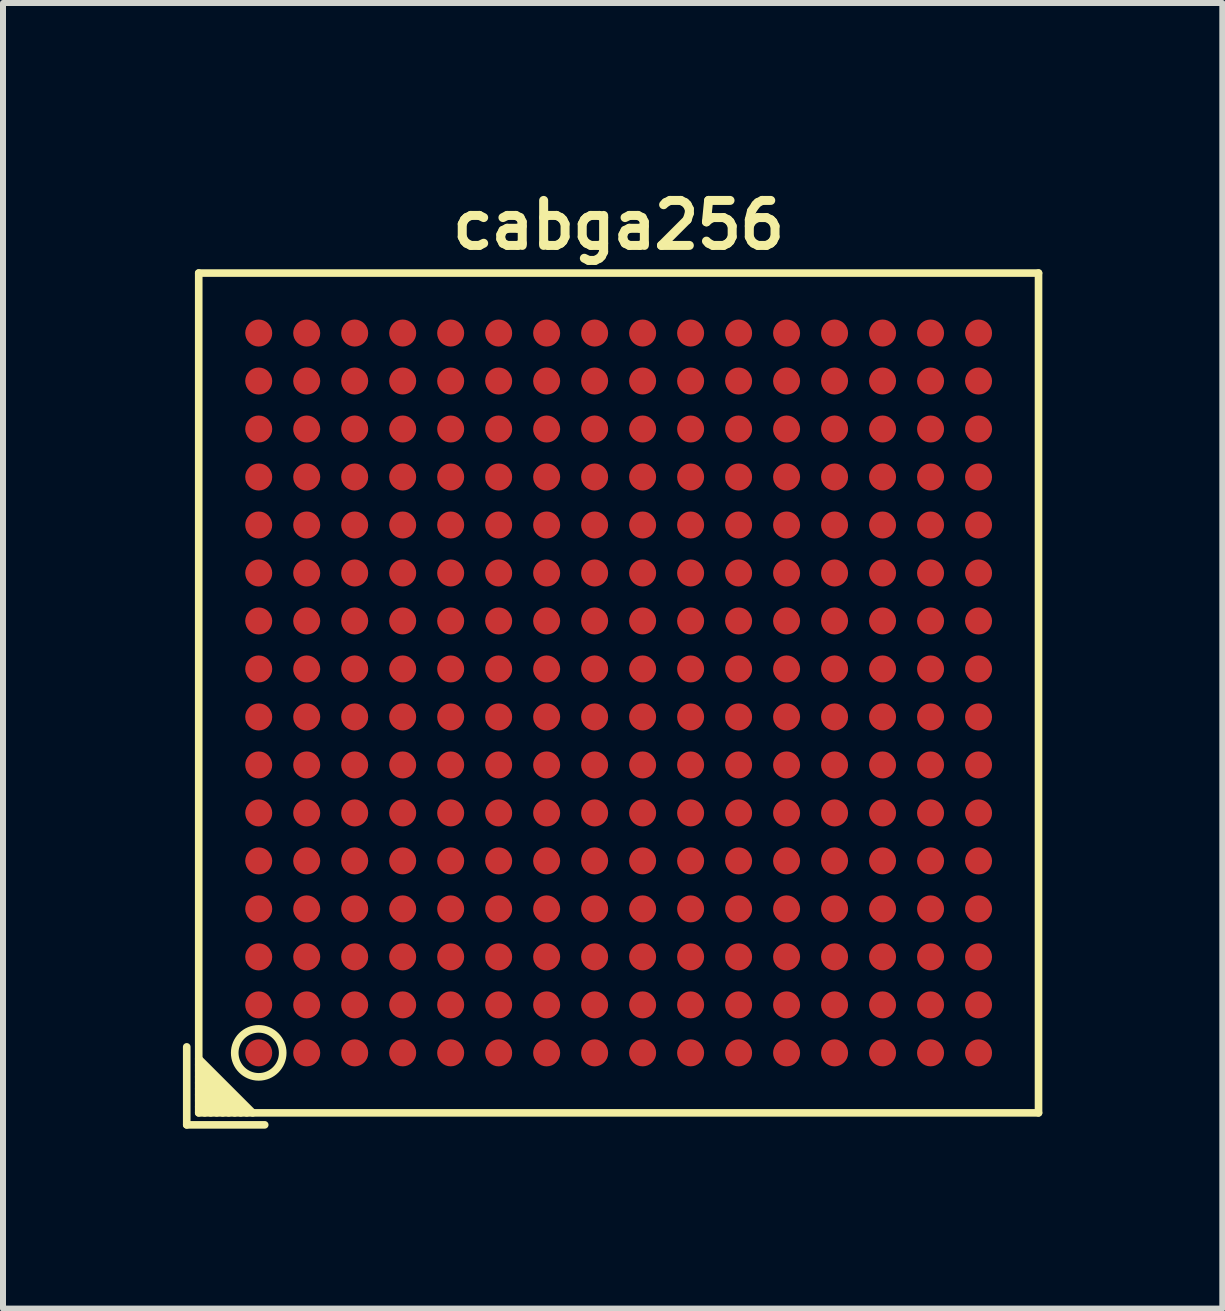
<source format=kicad_pcb>
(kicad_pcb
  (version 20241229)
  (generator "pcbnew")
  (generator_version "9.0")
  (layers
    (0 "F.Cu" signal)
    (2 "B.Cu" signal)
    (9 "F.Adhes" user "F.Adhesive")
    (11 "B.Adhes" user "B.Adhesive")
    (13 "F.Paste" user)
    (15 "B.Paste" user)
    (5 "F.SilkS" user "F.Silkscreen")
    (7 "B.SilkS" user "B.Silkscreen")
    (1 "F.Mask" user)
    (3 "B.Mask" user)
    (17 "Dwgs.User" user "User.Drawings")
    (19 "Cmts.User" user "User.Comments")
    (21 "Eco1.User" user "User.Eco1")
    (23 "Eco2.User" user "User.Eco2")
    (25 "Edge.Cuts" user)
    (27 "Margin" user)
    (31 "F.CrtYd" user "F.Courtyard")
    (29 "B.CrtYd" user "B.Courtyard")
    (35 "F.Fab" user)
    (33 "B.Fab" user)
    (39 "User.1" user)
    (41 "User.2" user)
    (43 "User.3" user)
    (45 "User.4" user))
  (footprint "cabga256"
    (layer "F.Cu")
    (at 7.263 8.502)
    (property "Reference" "cabga256" (at 0 -7.8 0) (layer "F.SilkS") (effects (font (size 0.75 0.75) (thickness 0.15))))
    (attr through_hole)
    (fp_line (start -7.2 5.9) (end -7.2 7.2) (stroke (width 0.127) (type solid)) (layer "F.SilkS"))
    (fp_line (start -7.2 7.2) (end -5.9 7.2) (stroke (width 0.127) (type solid)) (layer "F.SilkS"))
    (fp_line (start -7 -7) (end -7 7) (stroke (width 0.127) (type solid)) (layer "F.SilkS"))
    (fp_line (start -7 -7) (end 7 -7) (stroke (width 0.127) (type solid)) (layer "F.SilkS"))
    (fp_line (start -7 6.2) (end -6.2 7) (stroke (width 0.127) (type solid)) (layer "F.SilkS"))
    (fp_line (start -7 6.4) (end -6.4 7) (stroke (width 0.127) (type solid)) (layer "F.SilkS"))
    (fp_line (start -7 6.6) (end -6.6 7) (stroke (width 0.127) (type solid)) (layer "F.SilkS"))
    (fp_line (start -7 6.8) (end -6.8 7) (stroke (width 0.127) (type solid)) (layer "F.SilkS"))
    (fp_line (start -7 6.9) (end -6.9 7) (stroke (width 0.127) (type solid)) (layer "F.SilkS"))
    (fp_line (start -7 7) (end 7 7) (stroke (width 0.127) (type solid)) (layer "F.SilkS"))
    (fp_line (start -6.7 7) (end -7 6.7) (stroke (width 0.127) (type solid)) (layer "F.SilkS"))
    (fp_line (start -6.5 7) (end -7 6.5) (stroke (width 0.127) (type solid)) (layer "F.SilkS"))
    (fp_line (start -6.3 7) (end -7 6.3) (stroke (width 0.127) (type solid)) (layer "F.SilkS"))
    (fp_line (start -6.1 7) (end -7 6.1) (stroke (width 0.127) (type solid)) (layer "F.SilkS"))
    (fp_line (start 7 -7) (end 7 7) (stroke (width 0.127) (type solid)) (layer "F.SilkS"))
    (fp_circle (center -6 6) (end -5.6 6) (stroke (width 0.127) (type solid)) (fill no) (layer "F.SilkS"))
    (pad "A1" smd circle (at -6 6) (size 0.45 0.45) (layers "F.Cu" "F.Mask" "F.Paste"))
    (pad "A2" smd circle (at -6 5.2) (size 0.45 0.45) (layers "F.Cu" "F.Mask" "F.Paste"))
    (pad "A3" smd circle (at -6 4.4) (size 0.45 0.45) (layers "F.Cu" "F.Mask" "F.Paste"))
    (pad "A4" smd circle (at -6 3.6) (size 0.45 0.45) (layers "F.Cu" "F.Mask" "F.Paste"))
    (pad "A5" smd circle (at -6 2.8) (size 0.45 0.45) (layers "F.Cu" "F.Mask" "F.Paste"))
    (pad "A6" smd circle (at -6 2) (size 0.45 0.45) (layers "F.Cu" "F.Mask" "F.Paste"))
    (pad "A7" smd circle (at -6 1.2) (size 0.45 0.45) (layers "F.Cu" "F.Mask" "F.Paste"))
    (pad "A8" smd circle (at -6 0.4) (size 0.45 0.45) (layers "F.Cu" "F.Mask" "F.Paste"))
    (pad "A9" smd circle (at -6 -0.4) (size 0.45 0.45) (layers "F.Cu" "F.Mask" "F.Paste"))
    (pad "A10" smd circle (at -6 -1.2) (size 0.45 0.45) (layers "F.Cu" "F.Mask" "F.Paste"))
    (pad "A11" smd circle (at -6 -2) (size 0.45 0.45) (layers "F.Cu" "F.Mask" "F.Paste"))
    (pad "A12" smd circle (at -6 -2.8) (size 0.45 0.45) (layers "F.Cu" "F.Mask" "F.Paste"))
    (pad "A13" smd circle (at -6 -3.6) (size 0.45 0.45) (layers "F.Cu" "F.Mask" "F.Paste"))
    (pad "A14" smd circle (at -6 -4.4) (size 0.45 0.45) (layers "F.Cu" "F.Mask" "F.Paste"))
    (pad "A15" smd circle (at -6 -5.2) (size 0.45 0.45) (layers "F.Cu" "F.Mask" "F.Paste"))
    (pad "A16" smd circle (at -6 -6) (size 0.45 0.45) (layers "F.Cu" "F.Mask" "F.Paste"))
    (pad "B1" smd circle (at -5.2 6) (size 0.45 0.45) (layers "F.Cu" "F.Mask" "F.Paste"))
    (pad "B2" smd circle (at -5.2 5.2) (size 0.45 0.45) (layers "F.Cu" "F.Mask" "F.Paste"))
    (pad "B3" smd circle (at -5.2 4.4) (size 0.45 0.45) (layers "F.Cu" "F.Mask" "F.Paste"))
    (pad "B4" smd circle (at -5.2 3.6) (size 0.45 0.45) (layers "F.Cu" "F.Mask" "F.Paste"))
    (pad "B5" smd circle (at -5.2 2.8) (size 0.45 0.45) (layers "F.Cu" "F.Mask" "F.Paste"))
    (pad "B6" smd circle (at -5.2 2) (size 0.45 0.45) (layers "F.Cu" "F.Mask" "F.Paste"))
    (pad "B7" smd circle (at -5.2 1.2) (size 0.45 0.45) (layers "F.Cu" "F.Mask" "F.Paste"))
    (pad "B8" smd circle (at -5.2 0.4) (size 0.45 0.45) (layers "F.Cu" "F.Mask" "F.Paste"))
    (pad "B9" smd circle (at -5.2 -0.4) (size 0.45 0.45) (layers "F.Cu" "F.Mask" "F.Paste"))
    (pad "B10" smd circle (at -5.2 -1.2) (size 0.45 0.45) (layers "F.Cu" "F.Mask" "F.Paste"))
    (pad "B11" smd circle (at -5.2 -2) (size 0.45 0.45) (layers "F.Cu" "F.Mask" "F.Paste"))
    (pad "B12" smd circle (at -5.2 -2.8) (size 0.45 0.45) (layers "F.Cu" "F.Mask" "F.Paste"))
    (pad "B13" smd circle (at -5.2 -3.6) (size 0.45 0.45) (layers "F.Cu" "F.Mask" "F.Paste"))
    (pad "B14" smd circle (at -5.2 -4.4) (size 0.45 0.45) (layers "F.Cu" "F.Mask" "F.Paste"))
    (pad "B15" smd circle (at -5.2 -5.2) (size 0.45 0.45) (layers "F.Cu" "F.Mask" "F.Paste"))
    (pad "B16" smd circle (at -5.2 -6) (size 0.45 0.45) (layers "F.Cu" "F.Mask" "F.Paste"))
    (pad "C1" smd circle (at -4.4 6) (size 0.45 0.45) (layers "F.Cu" "F.Mask" "F.Paste"))
    (pad "C2" smd circle (at -4.4 5.2) (size 0.45 0.45) (layers "F.Cu" "F.Mask" "F.Paste"))
    (pad "C3" smd circle (at -4.4 4.4) (size 0.45 0.45) (layers "F.Cu" "F.Mask" "F.Paste"))
    (pad "C4" smd circle (at -4.4 3.6) (size 0.45 0.45) (layers "F.Cu" "F.Mask" "F.Paste"))
    (pad "C5" smd circle (at -4.4 2.8) (size 0.45 0.45) (layers "F.Cu" "F.Mask" "F.Paste"))
    (pad "C6" smd circle (at -4.4 2) (size 0.45 0.45) (layers "F.Cu" "F.Mask" "F.Paste"))
    (pad "C7" smd circle (at -4.4 1.2) (size 0.45 0.45) (layers "F.Cu" "F.Mask" "F.Paste"))
    (pad "C8" smd circle (at -4.4 0.4) (size 0.45 0.45) (layers "F.Cu" "F.Mask" "F.Paste"))
    (pad "C9" smd circle (at -4.4 -0.4) (size 0.45 0.45) (layers "F.Cu" "F.Mask" "F.Paste"))
    (pad "C10" smd circle (at -4.4 -1.2) (size 0.45 0.45) (layers "F.Cu" "F.Mask" "F.Paste"))
    (pad "C11" smd circle (at -4.4 -2) (size 0.45 0.45) (layers "F.Cu" "F.Mask" "F.Paste"))
    (pad "C12" smd circle (at -4.4 -2.8) (size 0.45 0.45) (layers "F.Cu" "F.Mask" "F.Paste"))
    (pad "C13" smd circle (at -4.4 -3.6) (size 0.45 0.45) (layers "F.Cu" "F.Mask" "F.Paste"))
    (pad "C14" smd circle (at -4.4 -4.4) (size 0.45 0.45) (layers "F.Cu" "F.Mask" "F.Paste"))
    (pad "C15" smd circle (at -4.4 -5.2) (size 0.45 0.45) (layers "F.Cu" "F.Mask" "F.Paste"))
    (pad "C16" smd circle (at -4.4 -6) (size 0.45 0.45) (layers "F.Cu" "F.Mask" "F.Paste"))
    (pad "D1" smd circle (at -3.6 6) (size 0.45 0.45) (layers "F.Cu" "F.Mask" "F.Paste"))
    (pad "D2" smd circle (at -3.6 5.2) (size 0.45 0.45) (layers "F.Cu" "F.Mask" "F.Paste"))
    (pad "D3" smd circle (at -3.6 4.4) (size 0.45 0.45) (layers "F.Cu" "F.Mask" "F.Paste"))
    (pad "D4" smd circle (at -3.6 3.6) (size 0.45 0.45) (layers "F.Cu" "F.Mask" "F.Paste"))
    (pad "D5" smd circle (at -3.6 2.8) (size 0.45 0.45) (layers "F.Cu" "F.Mask" "F.Paste"))
    (pad "D6" smd circle (at -3.6 2) (size 0.45 0.45) (layers "F.Cu" "F.Mask" "F.Paste"))
    (pad "D7" smd circle (at -3.6 1.2) (size 0.45 0.45) (layers "F.Cu" "F.Mask" "F.Paste"))
    (pad "D8" smd circle (at -3.6 0.4) (size 0.45 0.45) (layers "F.Cu" "F.Mask" "F.Paste"))
    (pad "D9" smd circle (at -3.6 -0.4) (size 0.45 0.45) (layers "F.Cu" "F.Mask" "F.Paste"))
    (pad "D10" smd circle (at -3.6 -1.2) (size 0.45 0.45) (layers "F.Cu" "F.Mask" "F.Paste"))
    (pad "D11" smd circle (at -3.6 -2) (size 0.45 0.45) (layers "F.Cu" "F.Mask" "F.Paste"))
    (pad "D12" smd circle (at -3.6 -2.8) (size 0.45 0.45) (layers "F.Cu" "F.Mask" "F.Paste"))
    (pad "D13" smd circle (at -3.6 -3.6) (size 0.45 0.45) (layers "F.Cu" "F.Mask" "F.Paste"))
    (pad "D14" smd circle (at -3.6 -4.4) (size 0.45 0.45) (layers "F.Cu" "F.Mask" "F.Paste"))
    (pad "D15" smd circle (at -3.6 -5.2) (size 0.45 0.45) (layers "F.Cu" "F.Mask" "F.Paste"))
    (pad "D16" smd circle (at -3.6 -6) (size 0.45 0.45) (layers "F.Cu" "F.Mask" "F.Paste"))
    (pad "E1" smd circle (at -2.8 6) (size 0.45 0.45) (layers "F.Cu" "F.Mask" "F.Paste"))
    (pad "E2" smd circle (at -2.8 5.2) (size 0.45 0.45) (layers "F.Cu" "F.Mask" "F.Paste"))
    (pad "E3" smd circle (at -2.8 4.4) (size 0.45 0.45) (layers "F.Cu" "F.Mask" "F.Paste"))
    (pad "E4" smd circle (at -2.8 3.6) (size 0.45 0.45) (layers "F.Cu" "F.Mask" "F.Paste"))
    (pad "E5" smd circle (at -2.8 2.8) (size 0.45 0.45) (layers "F.Cu" "F.Mask" "F.Paste"))
    (pad "E6" smd circle (at -2.8 2) (size 0.45 0.45) (layers "F.Cu" "F.Mask" "F.Paste"))
    (pad "E7" smd circle (at -2.8 1.2) (size 0.45 0.45) (layers "F.Cu" "F.Mask" "F.Paste"))
    (pad "E8" smd circle (at -2.8 0.4) (size 0.45 0.45) (layers "F.Cu" "F.Mask" "F.Paste"))
    (pad "E9" smd circle (at -2.8 -0.4) (size 0.45 0.45) (layers "F.Cu" "F.Mask" "F.Paste"))
    (pad "E10" smd circle (at -2.8 -1.2) (size 0.45 0.45) (layers "F.Cu" "F.Mask" "F.Paste"))
    (pad "E11" smd circle (at -2.8 -2) (size 0.45 0.45) (layers "F.Cu" "F.Mask" "F.Paste"))
    (pad "E12" smd circle (at -2.8 -2.8) (size 0.45 0.45) (layers "F.Cu" "F.Mask" "F.Paste"))
    (pad "E13" smd circle (at -2.8 -3.6) (size 0.45 0.45) (layers "F.Cu" "F.Mask" "F.Paste"))
    (pad "E14" smd circle (at -2.8 -4.4) (size 0.45 0.45) (layers "F.Cu" "F.Mask" "F.Paste"))
    (pad "E15" smd circle (at -2.8 -5.2) (size 0.45 0.45) (layers "F.Cu" "F.Mask" "F.Paste"))
    (pad "E16" smd circle (at -2.8 -6) (size 0.45 0.45) (layers "F.Cu" "F.Mask" "F.Paste"))
    (pad "F1" smd circle (at -2 6) (size 0.45 0.45) (layers "F.Cu" "F.Mask" "F.Paste"))
    (pad "F2" smd circle (at -2 5.2) (size 0.45 0.45) (layers "F.Cu" "F.Mask" "F.Paste"))
    (pad "F3" smd circle (at -2 4.4) (size 0.45 0.45) (layers "F.Cu" "F.Mask" "F.Paste"))
    (pad "F4" smd circle (at -2 3.6) (size 0.45 0.45) (layers "F.Cu" "F.Mask" "F.Paste"))
    (pad "F5" smd circle (at -2 2.8) (size 0.45 0.45) (layers "F.Cu" "F.Mask" "F.Paste"))
    (pad "F6" smd circle (at -2 2) (size 0.45 0.45) (layers "F.Cu" "F.Mask" "F.Paste"))
    (pad "F7" smd circle (at -2 1.2) (size 0.45 0.45) (layers "F.Cu" "F.Mask" "F.Paste"))
    (pad "F8" smd circle (at -2 0.4) (size 0.45 0.45) (layers "F.Cu" "F.Mask" "F.Paste"))
    (pad "F9" smd circle (at -2 -0.4) (size 0.45 0.45) (layers "F.Cu" "F.Mask" "F.Paste"))
    (pad "F10" smd circle (at -2 -1.2) (size 0.45 0.45) (layers "F.Cu" "F.Mask" "F.Paste"))
    (pad "F11" smd circle (at -2 -2) (size 0.45 0.45) (layers "F.Cu" "F.Mask" "F.Paste"))
    (pad "F12" smd circle (at -2 -2.8) (size 0.45 0.45) (layers "F.Cu" "F.Mask" "F.Paste"))
    (pad "F13" smd circle (at -2 -3.6) (size 0.45 0.45) (layers "F.Cu" "F.Mask" "F.Paste"))
    (pad "F14" smd circle (at -2 -4.4) (size 0.45 0.45) (layers "F.Cu" "F.Mask" "F.Paste"))
    (pad "F15" smd circle (at -2 -5.2) (size 0.45 0.45) (layers "F.Cu" "F.Mask" "F.Paste"))
    (pad "F16" smd circle (at -2 -6) (size 0.45 0.45) (layers "F.Cu" "F.Mask" "F.Paste"))
    (pad "G1" smd circle (at -1.2 6) (size 0.45 0.45) (layers "F.Cu" "F.Mask" "F.Paste"))
    (pad "G2" smd circle (at -1.2 5.2) (size 0.45 0.45) (layers "F.Cu" "F.Mask" "F.Paste"))
    (pad "G3" smd circle (at -1.2 4.4) (size 0.45 0.45) (layers "F.Cu" "F.Mask" "F.Paste"))
    (pad "G4" smd circle (at -1.2 3.6) (size 0.45 0.45) (layers "F.Cu" "F.Mask" "F.Paste"))
    (pad "G5" smd circle (at -1.2 2.8) (size 0.45 0.45) (layers "F.Cu" "F.Mask" "F.Paste"))
    (pad "G6" smd circle (at -1.2 2) (size 0.45 0.45) (layers "F.Cu" "F.Mask" "F.Paste"))
    (pad "G7" smd circle (at -1.2 1.2) (size 0.45 0.45) (layers "F.Cu" "F.Mask" "F.Paste"))
    (pad "G8" smd circle (at -1.2 0.4) (size 0.45 0.45) (layers "F.Cu" "F.Mask" "F.Paste"))
    (pad "G9" smd circle (at -1.2 -0.4) (size 0.45 0.45) (layers "F.Cu" "F.Mask" "F.Paste"))
    (pad "G10" smd circle (at -1.2 -1.2) (size 0.45 0.45) (layers "F.Cu" "F.Mask" "F.Paste"))
    (pad "G11" smd circle (at -1.2 -2) (size 0.45 0.45) (layers "F.Cu" "F.Mask" "F.Paste"))
    (pad "G12" smd circle (at -1.2 -2.8) (size 0.45 0.45) (layers "F.Cu" "F.Mask" "F.Paste"))
    (pad "G13" smd circle (at -1.2 -3.6) (size 0.45 0.45) (layers "F.Cu" "F.Mask" "F.Paste"))
    (pad "G14" smd circle (at -1.2 -4.4) (size 0.45 0.45) (layers "F.Cu" "F.Mask" "F.Paste"))
    (pad "G15" smd circle (at -1.2 -5.2) (size 0.45 0.45) (layers "F.Cu" "F.Mask" "F.Paste"))
    (pad "G16" smd circle (at -1.2 -6) (size 0.45 0.45) (layers "F.Cu" "F.Mask" "F.Paste"))
    (pad "H1" smd circle (at -0.4 6) (size 0.45 0.45) (layers "F.Cu" "F.Mask" "F.Paste"))
    (pad "H2" smd circle (at -0.4 5.2) (size 0.45 0.45) (layers "F.Cu" "F.Mask" "F.Paste"))
    (pad "H3" smd circle (at -0.4 4.4) (size 0.45 0.45) (layers "F.Cu" "F.Mask" "F.Paste"))
    (pad "H4" smd circle (at -0.4 3.6) (size 0.45 0.45) (layers "F.Cu" "F.Mask" "F.Paste"))
    (pad "H5" smd circle (at -0.4 2.8) (size 0.45 0.45) (layers "F.Cu" "F.Mask" "F.Paste"))
    (pad "H6" smd circle (at -0.4 2) (size 0.45 0.45) (layers "F.Cu" "F.Mask" "F.Paste"))
    (pad "H7" smd circle (at -0.4 1.2) (size 0.45 0.45) (layers "F.Cu" "F.Mask" "F.Paste"))
    (pad "H8" smd circle (at -0.4 0.4) (size 0.45 0.45) (layers "F.Cu" "F.Mask" "F.Paste"))
    (pad "H9" smd circle (at -0.4 -0.4) (size 0.45 0.45) (layers "F.Cu" "F.Mask" "F.Paste"))
    (pad "H10" smd circle (at -0.4 -1.2) (size 0.45 0.45) (layers "F.Cu" "F.Mask" "F.Paste"))
    (pad "H11" smd circle (at -0.4 -2) (size 0.45 0.45) (layers "F.Cu" "F.Mask" "F.Paste"))
    (pad "H12" smd circle (at -0.4 -2.8) (size 0.45 0.45) (layers "F.Cu" "F.Mask" "F.Paste"))
    (pad "H13" smd circle (at -0.4 -3.6) (size 0.45 0.45) (layers "F.Cu" "F.Mask" "F.Paste"))
    (pad "H14" smd circle (at -0.4 -4.4) (size 0.45 0.45) (layers "F.Cu" "F.Mask" "F.Paste"))
    (pad "H15" smd circle (at -0.4 -5.2) (size 0.45 0.45) (layers "F.Cu" "F.Mask" "F.Paste"))
    (pad "H16" smd circle (at -0.4 -6) (size 0.45 0.45) (layers "F.Cu" "F.Mask" "F.Paste"))
    (pad "J1" smd circle (at 0.4 6) (size 0.45 0.45) (layers "F.Cu" "F.Mask" "F.Paste"))
    (pad "J2" smd circle (at 0.4 5.2) (size 0.45 0.45) (layers "F.Cu" "F.Mask" "F.Paste"))
    (pad "J3" smd circle (at 0.4 4.4) (size 0.45 0.45) (layers "F.Cu" "F.Mask" "F.Paste"))
    (pad "J4" smd circle (at 0.4 3.6) (size 0.45 0.45) (layers "F.Cu" "F.Mask" "F.Paste"))
    (pad "J5" smd circle (at 0.4 2.8) (size 0.45 0.45) (layers "F.Cu" "F.Mask" "F.Paste"))
    (pad "J6" smd circle (at 0.4 2) (size 0.45 0.45) (layers "F.Cu" "F.Mask" "F.Paste"))
    (pad "J7" smd circle (at 0.4 1.2) (size 0.45 0.45) (layers "F.Cu" "F.Mask" "F.Paste"))
    (pad "J8" smd circle (at 0.4 0.4) (size 0.45 0.45) (layers "F.Cu" "F.Mask" "F.Paste"))
    (pad "J9" smd circle (at 0.4 -0.4) (size 0.45 0.45) (layers "F.Cu" "F.Mask" "F.Paste"))
    (pad "J10" smd circle (at 0.4 -1.2) (size 0.45 0.45) (layers "F.Cu" "F.Mask" "F.Paste"))
    (pad "J11" smd circle (at 0.4 -2) (size 0.45 0.45) (layers "F.Cu" "F.Mask" "F.Paste"))
    (pad "J12" smd circle (at 0.4 -2.8) (size 0.45 0.45) (layers "F.Cu" "F.Mask" "F.Paste"))
    (pad "J13" smd circle (at 0.4 -3.6) (size 0.45 0.45) (layers "F.Cu" "F.Mask" "F.Paste"))
    (pad "J14" smd circle (at 0.4 -4.4) (size 0.45 0.45) (layers "F.Cu" "F.Mask" "F.Paste"))
    (pad "J15" smd circle (at 0.4 -5.2) (size 0.45 0.45) (layers "F.Cu" "F.Mask" "F.Paste"))
    (pad "J16" smd circle (at 0.4 -6) (size 0.45 0.45) (layers "F.Cu" "F.Mask" "F.Paste"))
    (pad "K1" smd circle (at 1.2 6) (size 0.45 0.45) (layers "F.Cu" "F.Mask" "F.Paste"))
    (pad "K2" smd circle (at 1.2 5.2) (size 0.45 0.45) (layers "F.Cu" "F.Mask" "F.Paste"))
    (pad "K3" smd circle (at 1.2 4.4) (size 0.45 0.45) (layers "F.Cu" "F.Mask" "F.Paste"))
    (pad "K4" smd circle (at 1.2 3.6) (size 0.45 0.45) (layers "F.Cu" "F.Mask" "F.Paste"))
    (pad "K5" smd circle (at 1.2 2.8) (size 0.45 0.45) (layers "F.Cu" "F.Mask" "F.Paste"))
    (pad "K6" smd circle (at 1.2 2) (size 0.45 0.45) (layers "F.Cu" "F.Mask" "F.Paste"))
    (pad "K7" smd circle (at 1.2 1.2) (size 0.45 0.45) (layers "F.Cu" "F.Mask" "F.Paste"))
    (pad "K8" smd circle (at 1.2 0.4) (size 0.45 0.45) (layers "F.Cu" "F.Mask" "F.Paste"))
    (pad "K9" smd circle (at 1.2 -0.4) (size 0.45 0.45) (layers "F.Cu" "F.Mask" "F.Paste"))
    (pad "K10" smd circle (at 1.2 -1.2) (size 0.45 0.45) (layers "F.Cu" "F.Mask" "F.Paste"))
    (pad "K11" smd circle (at 1.2 -2) (size 0.45 0.45) (layers "F.Cu" "F.Mask" "F.Paste"))
    (pad "K12" smd circle (at 1.2 -2.8) (size 0.45 0.45) (layers "F.Cu" "F.Mask" "F.Paste"))
    (pad "K13" smd circle (at 1.2 -3.6) (size 0.45 0.45) (layers "F.Cu" "F.Mask" "F.Paste"))
    (pad "K14" smd circle (at 1.2 -4.4) (size 0.45 0.45) (layers "F.Cu" "F.Mask" "F.Paste"))
    (pad "K15" smd circle (at 1.2 -5.2) (size 0.45 0.45) (layers "F.Cu" "F.Mask" "F.Paste"))
    (pad "K16" smd circle (at 1.2 -6) (size 0.45 0.45) (layers "F.Cu" "F.Mask" "F.Paste"))
    (pad "L1" smd circle (at 2 6) (size 0.45 0.45) (layers "F.Cu" "F.Mask" "F.Paste"))
    (pad "L2" smd circle (at 2 5.2) (size 0.45 0.45) (layers "F.Cu" "F.Mask" "F.Paste"))
    (pad "L3" smd circle (at 2 4.4) (size 0.45 0.45) (layers "F.Cu" "F.Mask" "F.Paste"))
    (pad "L4" smd circle (at 2 3.6) (size 0.45 0.45) (layers "F.Cu" "F.Mask" "F.Paste"))
    (pad "L5" smd circle (at 2 2.8) (size 0.45 0.45) (layers "F.Cu" "F.Mask" "F.Paste"))
    (pad "L6" smd circle (at 2 2) (size 0.45 0.45) (layers "F.Cu" "F.Mask" "F.Paste"))
    (pad "L7" smd circle (at 2 1.2) (size 0.45 0.45) (layers "F.Cu" "F.Mask" "F.Paste"))
    (pad "L8" smd circle (at 2 0.4) (size 0.45 0.45) (layers "F.Cu" "F.Mask" "F.Paste"))
    (pad "L9" smd circle (at 2 -0.4) (size 0.45 0.45) (layers "F.Cu" "F.Mask" "F.Paste"))
    (pad "L10" smd circle (at 2 -1.2) (size 0.45 0.45) (layers "F.Cu" "F.Mask" "F.Paste"))
    (pad "L11" smd circle (at 2 -2) (size 0.45 0.45) (layers "F.Cu" "F.Mask" "F.Paste"))
    (pad "L12" smd circle (at 2 -2.8) (size 0.45 0.45) (layers "F.Cu" "F.Mask" "F.Paste"))
    (pad "L13" smd circle (at 2 -3.6) (size 0.45 0.45) (layers "F.Cu" "F.Mask" "F.Paste"))
    (pad "L14" smd circle (at 2 -4.4) (size 0.45 0.45) (layers "F.Cu" "F.Mask" "F.Paste"))
    (pad "L15" smd circle (at 2 -5.2) (size 0.45 0.45) (layers "F.Cu" "F.Mask" "F.Paste"))
    (pad "L16" smd circle (at 2 -6) (size 0.45 0.45) (layers "F.Cu" "F.Mask" "F.Paste"))
    (pad "M1" smd circle (at 2.8 6) (size 0.45 0.45) (layers "F.Cu" "F.Mask" "F.Paste"))
    (pad "M2" smd circle (at 2.8 5.2) (size 0.45 0.45) (layers "F.Cu" "F.Mask" "F.Paste"))
    (pad "M3" smd circle (at 2.8 4.4) (size 0.45 0.45) (layers "F.Cu" "F.Mask" "F.Paste"))
    (pad "M4" smd circle (at 2.8 3.6) (size 0.45 0.45) (layers "F.Cu" "F.Mask" "F.Paste"))
    (pad "M5" smd circle (at 2.8 2.8) (size 0.45 0.45) (layers "F.Cu" "F.Mask" "F.Paste"))
    (pad "M6" smd circle (at 2.8 2) (size 0.45 0.45) (layers "F.Cu" "F.Mask" "F.Paste"))
    (pad "M7" smd circle (at 2.8 1.2) (size 0.45 0.45) (layers "F.Cu" "F.Mask" "F.Paste"))
    (pad "M8" smd circle (at 2.8 0.4) (size 0.45 0.45) (layers "F.Cu" "F.Mask" "F.Paste"))
    (pad "M9" smd circle (at 2.8 -0.4) (size 0.45 0.45) (layers "F.Cu" "F.Mask" "F.Paste"))
    (pad "M10" smd circle (at 2.8 -1.2) (size 0.45 0.45) (layers "F.Cu" "F.Mask" "F.Paste"))
    (pad "M11" smd circle (at 2.8 -2) (size 0.45 0.45) (layers "F.Cu" "F.Mask" "F.Paste"))
    (pad "M12" smd circle (at 2.8 -2.8) (size 0.45 0.45) (layers "F.Cu" "F.Mask" "F.Paste"))
    (pad "M13" smd circle (at 2.8 -3.6) (size 0.45 0.45) (layers "F.Cu" "F.Mask" "F.Paste"))
    (pad "M14" smd circle (at 2.8 -4.4) (size 0.45 0.45) (layers "F.Cu" "F.Mask" "F.Paste"))
    (pad "M15" smd circle (at 2.8 -5.2) (size 0.45 0.45) (layers "F.Cu" "F.Mask" "F.Paste"))
    (pad "M16" smd circle (at 2.8 -6) (size 0.45 0.45) (layers "F.Cu" "F.Mask" "F.Paste"))
    (pad "N1" smd circle (at 3.6 6) (size 0.45 0.45) (layers "F.Cu" "F.Mask" "F.Paste"))
    (pad "N2" smd circle (at 3.6 5.2) (size 0.45 0.45) (layers "F.Cu" "F.Mask" "F.Paste"))
    (pad "N3" smd circle (at 3.6 4.4) (size 0.45 0.45) (layers "F.Cu" "F.Mask" "F.Paste"))
    (pad "N4" smd circle (at 3.6 3.6) (size 0.45 0.45) (layers "F.Cu" "F.Mask" "F.Paste"))
    (pad "N5" smd circle (at 3.6 2.8) (size 0.45 0.45) (layers "F.Cu" "F.Mask" "F.Paste"))
    (pad "N6" smd circle (at 3.6 2) (size 0.45 0.45) (layers "F.Cu" "F.Mask" "F.Paste"))
    (pad "N7" smd circle (at 3.6 1.2) (size 0.45 0.45) (layers "F.Cu" "F.Mask" "F.Paste"))
    (pad "N8" smd circle (at 3.6 0.4) (size 0.45 0.45) (layers "F.Cu" "F.Mask" "F.Paste"))
    (pad "N9" smd circle (at 3.6 -0.4) (size 0.45 0.45) (layers "F.Cu" "F.Mask" "F.Paste"))
    (pad "N10" smd circle (at 3.6 -1.2) (size 0.45 0.45) (layers "F.Cu" "F.Mask" "F.Paste"))
    (pad "N11" smd circle (at 3.6 -2) (size 0.45 0.45) (layers "F.Cu" "F.Mask" "F.Paste"))
    (pad "N12" smd circle (at 3.6 -2.8) (size 0.45 0.45) (layers "F.Cu" "F.Mask" "F.Paste"))
    (pad "N13" smd circle (at 3.6 -3.6) (size 0.45 0.45) (layers "F.Cu" "F.Mask" "F.Paste"))
    (pad "N14" smd circle (at 3.6 -4.4) (size 0.45 0.45) (layers "F.Cu" "F.Mask" "F.Paste"))
    (pad "N15" smd circle (at 3.6 -5.2) (size 0.45 0.45) (layers "F.Cu" "F.Mask" "F.Paste"))
    (pad "N16" smd circle (at 3.6 -6) (size 0.45 0.45) (layers "F.Cu" "F.Mask" "F.Paste"))
    (pad "P1" smd circle (at 4.4 6) (size 0.45 0.45) (layers "F.Cu" "F.Mask" "F.Paste"))
    (pad "P2" smd circle (at 4.4 5.2) (size 0.45 0.45) (layers "F.Cu" "F.Mask" "F.Paste"))
    (pad "P3" smd circle (at 4.4 4.4) (size 0.45 0.45) (layers "F.Cu" "F.Mask" "F.Paste"))
    (pad "P4" smd circle (at 4.4 3.6) (size 0.45 0.45) (layers "F.Cu" "F.Mask" "F.Paste"))
    (pad "P5" smd circle (at 4.4 2.8) (size 0.45 0.45) (layers "F.Cu" "F.Mask" "F.Paste"))
    (pad "P6" smd circle (at 4.4 2) (size 0.45 0.45) (layers "F.Cu" "F.Mask" "F.Paste"))
    (pad "P7" smd circle (at 4.4 1.2) (size 0.45 0.45) (layers "F.Cu" "F.Mask" "F.Paste"))
    (pad "P8" smd circle (at 4.4 0.4) (size 0.45 0.45) (layers "F.Cu" "F.Mask" "F.Paste"))
    (pad "P9" smd circle (at 4.4 -0.4) (size 0.45 0.45) (layers "F.Cu" "F.Mask" "F.Paste"))
    (pad "P10" smd circle (at 4.4 -1.2) (size 0.45 0.45) (layers "F.Cu" "F.Mask" "F.Paste"))
    (pad "P11" smd circle (at 4.4 -2) (size 0.45 0.45) (layers "F.Cu" "F.Mask" "F.Paste"))
    (pad "P12" smd circle (at 4.4 -2.8) (size 0.45 0.45) (layers "F.Cu" "F.Mask" "F.Paste"))
    (pad "P13" smd circle (at 4.4 -3.6) (size 0.45 0.45) (layers "F.Cu" "F.Mask" "F.Paste"))
    (pad "P14" smd circle (at 4.4 -4.4) (size 0.45 0.45) (layers "F.Cu" "F.Mask" "F.Paste"))
    (pad "P15" smd circle (at 4.4 -5.2) (size 0.45 0.45) (layers "F.Cu" "F.Mask" "F.Paste"))
    (pad "P16" smd circle (at 4.4 -6) (size 0.45 0.45) (layers "F.Cu" "F.Mask" "F.Paste"))
    (pad "R1" smd circle (at 5.2 6) (size 0.45 0.45) (layers "F.Cu" "F.Mask" "F.Paste"))
    (pad "R2" smd circle (at 5.2 5.2) (size 0.45 0.45) (layers "F.Cu" "F.Mask" "F.Paste"))
    (pad "R3" smd circle (at 5.2 4.4) (size 0.45 0.45) (layers "F.Cu" "F.Mask" "F.Paste"))
    (pad "R4" smd circle (at 5.2 3.6) (size 0.45 0.45) (layers "F.Cu" "F.Mask" "F.Paste"))
    (pad "R5" smd circle (at 5.2 2.8) (size 0.45 0.45) (layers "F.Cu" "F.Mask" "F.Paste"))
    (pad "R6" smd circle (at 5.2 2) (size 0.45 0.45) (layers "F.Cu" "F.Mask" "F.Paste"))
    (pad "R7" smd circle (at 5.2 1.2) (size 0.45 0.45) (layers "F.Cu" "F.Mask" "F.Paste"))
    (pad "R8" smd circle (at 5.2 0.4) (size 0.45 0.45) (layers "F.Cu" "F.Mask" "F.Paste"))
    (pad "R9" smd circle (at 5.2 -0.4) (size 0.45 0.45) (layers "F.Cu" "F.Mask" "F.Paste"))
    (pad "R10" smd circle (at 5.2 -1.2) (size 0.45 0.45) (layers "F.Cu" "F.Mask" "F.Paste"))
    (pad "R11" smd circle (at 5.2 -2) (size 0.45 0.45) (layers "F.Cu" "F.Mask" "F.Paste"))
    (pad "R12" smd circle (at 5.2 -2.8) (size 0.45 0.45) (layers "F.Cu" "F.Mask" "F.Paste"))
    (pad "R13" smd circle (at 5.2 -3.6) (size 0.45 0.45) (layers "F.Cu" "F.Mask" "F.Paste"))
    (pad "R14" smd circle (at 5.2 -4.4) (size 0.45 0.45) (layers "F.Cu" "F.Mask" "F.Paste"))
    (pad "R15" smd circle (at 5.2 -5.2) (size 0.45 0.45) (layers "F.Cu" "F.Mask" "F.Paste"))
    (pad "R16" smd circle (at 5.2 -6) (size 0.45 0.45) (layers "F.Cu" "F.Mask" "F.Paste"))
    (pad "T1" smd circle (at 6 6) (size 0.45 0.45) (layers "F.Cu" "F.Mask" "F.Paste"))
    (pad "T2" smd circle (at 6 5.2) (size 0.45 0.45) (layers "F.Cu" "F.Mask" "F.Paste"))
    (pad "T3" smd circle (at 6 4.4) (size 0.45 0.45) (layers "F.Cu" "F.Mask" "F.Paste"))
    (pad "T4" smd circle (at 6 3.6) (size 0.45 0.45) (layers "F.Cu" "F.Mask" "F.Paste"))
    (pad "T5" smd circle (at 6 2.8) (size 0.45 0.45) (layers "F.Cu" "F.Mask" "F.Paste"))
    (pad "T6" smd circle (at 6 2) (size 0.45 0.45) (layers "F.Cu" "F.Mask" "F.Paste"))
    (pad "T7" smd circle (at 6 1.2) (size 0.45 0.45) (layers "F.Cu" "F.Mask" "F.Paste"))
    (pad "T8" smd circle (at 6 0.4) (size 0.45 0.45) (layers "F.Cu" "F.Mask" "F.Paste"))
    (pad "T9" smd circle (at 6 -0.4) (size 0.45 0.45) (layers "F.Cu" "F.Mask" "F.Paste"))
    (pad "T10" smd circle (at 6 -1.2) (size 0.45 0.45) (layers "F.Cu" "F.Mask" "F.Paste"))
    (pad "T11" smd circle (at 6 -2) (size 0.45 0.45) (layers "F.Cu" "F.Mask" "F.Paste"))
    (pad "T12" smd circle (at 6 -2.8) (size 0.45 0.45) (layers "F.Cu" "F.Mask" "F.Paste"))
    (pad "T13" smd circle (at 6 -3.6) (size 0.45 0.45) (layers "F.Cu" "F.Mask" "F.Paste"))
    (pad "T14" smd circle (at 6 -4.4) (size 0.45 0.45) (layers "F.Cu" "F.Mask" "F.Paste"))
    (pad "T15" smd circle (at 6 -5.2) (size 0.45 0.45) (layers "F.Cu" "F.Mask" "F.Paste"))
    (pad "T16" smd circle (at 6 -6) (size 0.45 0.45) (layers "F.Cu" "F.Mask" "F.Paste")))
  (gr_rect
    (start -3 -3)
    (end 17.327 18.765)
    (stroke (width 0.1) (type default))
    (fill no)
    (layer "Edge.Cuts")))
</source>
